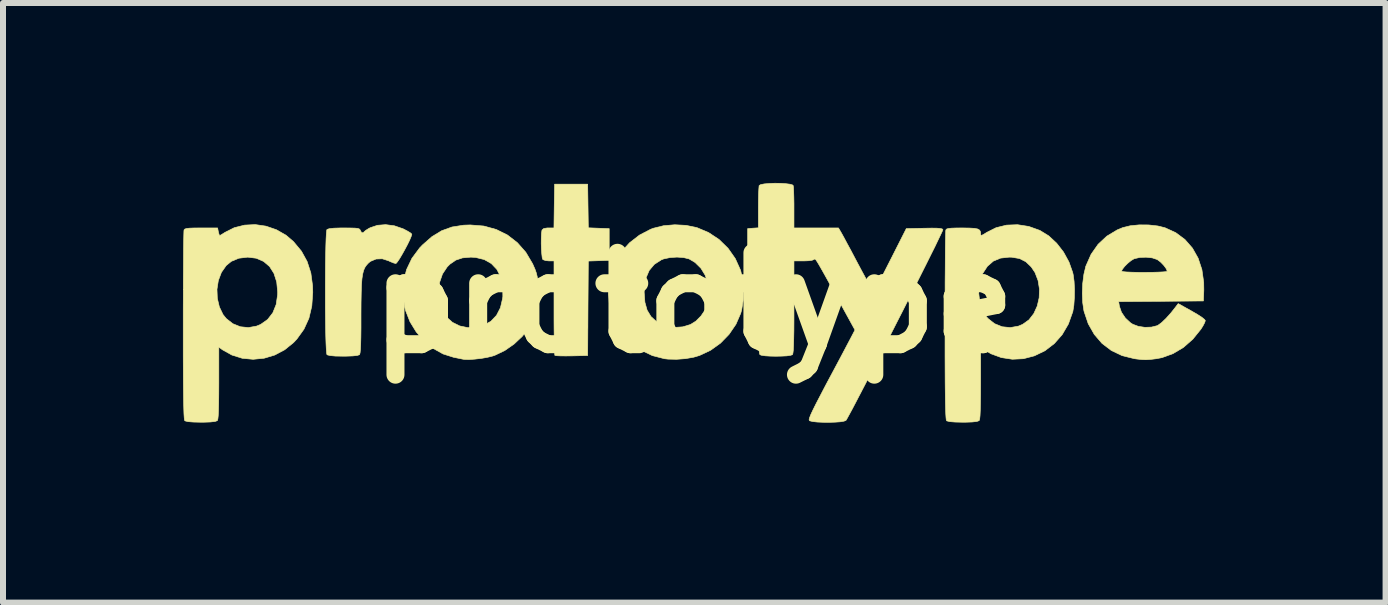
<source format=kicad_pcb>
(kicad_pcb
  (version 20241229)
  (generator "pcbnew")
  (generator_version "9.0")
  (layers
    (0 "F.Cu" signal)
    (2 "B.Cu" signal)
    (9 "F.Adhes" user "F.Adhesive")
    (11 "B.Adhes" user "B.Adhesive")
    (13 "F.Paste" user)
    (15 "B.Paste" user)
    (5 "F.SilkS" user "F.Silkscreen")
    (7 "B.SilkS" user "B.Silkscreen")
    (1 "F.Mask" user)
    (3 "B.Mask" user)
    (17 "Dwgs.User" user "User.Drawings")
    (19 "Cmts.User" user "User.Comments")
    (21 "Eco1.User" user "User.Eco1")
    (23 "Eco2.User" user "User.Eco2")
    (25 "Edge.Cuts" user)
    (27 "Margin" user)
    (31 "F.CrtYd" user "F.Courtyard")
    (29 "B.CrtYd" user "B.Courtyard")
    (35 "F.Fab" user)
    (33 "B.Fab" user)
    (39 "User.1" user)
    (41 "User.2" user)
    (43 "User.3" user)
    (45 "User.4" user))
  (footprint "prototype"
    (layer "F.Cu")
    (at 8.514 1.999)
    (property "Reference" "prototype" (at 0 0 0) (layer "F.SilkS") (effects (font (size 1.524 1.524) (thickness 0.3))))
    (attr through_hole)
    (fp_poly (pts (xy -1.756 -1.251) (xy -1.582 -1.244) (xy -1.408 -1.238) (xy -1.408 -0.709) (xy -1.582 -0.703) (xy -1.756 -0.697) (xy -1.762 0.091) (xy -1.767 0.878) (xy -2.033 0.884) (xy -2.135 0.885) (xy -2.222 0.884) (xy -2.284 0.881) (xy -2.313 0.876) (xy -2.314 0.875) (xy -2.317 0.852) (xy -2.32 0.79) (xy -2.323 0.696) (xy -2.325 0.574) (xy -2.327 0.429) (xy -2.328 0.265) (xy -2.328 0.088) (xy -2.328 0.081) (xy -2.328 -0.699) (xy -2.409 -0.699) (xy -2.468 -0.705) (xy -2.51 -0.72) (xy -2.515 -0.724) (xy -2.525 -0.754) (xy -2.532 -0.816) (xy -2.538 -0.897) (xy -2.541 -0.988) (xy -2.54 -1.078) (xy -2.537 -1.154) (xy -2.53 -1.206) (xy -2.527 -1.215) (xy -2.5 -1.239) (xy -2.44 -1.249) (xy -2.422 -1.249) (xy -2.329 -1.249) (xy -2.324 -1.614) (xy -2.318 -1.979) (xy -1.767 -1.979) (xy -1.756 -1.251)) (stroke (width 0.01) (type solid)) (fill yes) (layer "F.SilkS"))
    (fp_poly (pts (xy -0.126 -1.292) (xy 0.051 -1.255) (xy 0.055 -1.254) (xy 0.249 -1.172) (xy 0.424 -1.056) (xy 0.574 -0.909) (xy 0.694 -0.738) (xy 0.781 -0.546) (xy 0.786 -0.529) (xy 0.818 -0.383) (xy 0.832 -0.215) (xy 0.826 -0.044) (xy 0.801 0.114) (xy 0.785 0.173) (xy 0.705 0.357) (xy 0.59 0.525) (xy 0.447 0.672) (xy 0.281 0.791) (xy 0.098 0.877) (xy 0 0.906) (xy -0.136 0.93) (xy -0.285 0.941) (xy -0.426 0.938) (xy -0.488 0.931) (xy -0.689 0.879) (xy -0.875 0.79) (xy -1.042 0.668) (xy -1.184 0.518) (xy -1.297 0.344) (xy -1.376 0.151) (xy -1.387 0.113) (xy -1.407 -0.002) (xy -1.416 -0.139) (xy -1.416 -0.173) (xy -0.825 -0.173) (xy -0.813 -0.01) (xy -0.776 0.122) (xy -0.711 0.229) (xy -0.615 0.316) (xy -0.579 0.341) (xy -0.461 0.391) (xy -0.325 0.41) (xy -0.183 0.4) (xy -0.053 0.361) (xy 0.038 0.304) (xy 0.123 0.218) (xy 0.191 0.117) (xy 0.204 0.089) (xy 0.23 -0.005) (xy 0.242 -0.124) (xy 0.238 -0.251) (xy 0.221 -0.371) (xy 0.192 -0.461) (xy 0.121 -0.577) (xy 0.024 -0.673) (xy -0.077 -0.733) (xy -0.167 -0.755) (xy -0.278 -0.763) (xy -0.395 -0.755) (xy -0.499 -0.733) (xy -0.54 -0.717) (xy -0.656 -0.642) (xy -0.741 -0.541) (xy -0.797 -0.41) (xy -0.823 -0.25) (xy -0.825 -0.173) (xy -1.416 -0.173) (xy -1.415 -0.281) (xy -1.402 -0.411) (xy -1.388 -0.482) (xy -1.316 -0.673) (xy -1.208 -0.848) (xy -1.068 -1.002) (xy -0.903 -1.13) (xy -0.717 -1.227) (xy -0.671 -1.244) (xy -0.502 -1.286) (xy -0.315 -1.302) (xy -0.126 -1.292)) (stroke (width 0.01) (type solid)) (fill yes) (layer "F.SilkS"))
    (fp_poly (pts (xy -3.5 -1.281) (xy -3.292 -1.224) (xy -3.104 -1.131) (xy -2.939 -1.003) (xy -2.798 -0.843) (xy -2.685 -0.652) (xy -2.645 -0.561) (xy -2.623 -0.498) (xy -2.608 -0.436) (xy -2.6 -0.365) (xy -2.596 -0.272) (xy -2.595 -0.18) (xy -2.601 -0.021) (xy -2.618 0.11) (xy -2.652 0.226) (xy -2.705 0.34) (xy -2.747 0.413) (xy -2.855 0.556) (xy -2.993 0.686) (xy -3.149 0.795) (xy -3.312 0.873) (xy -3.353 0.887) (xy -3.438 0.908) (xy -3.541 0.926) (xy -3.647 0.938) (xy -3.745 0.945) (xy -3.82 0.943) (xy -3.842 0.94) (xy -3.886 0.931) (xy -3.954 0.917) (xy -4 0.908) (xy -4.177 0.852) (xy -4.344 0.759) (xy -4.495 0.635) (xy -4.625 0.485) (xy -4.729 0.315) (xy -4.802 0.13) (xy -4.815 0.08) (xy -4.847 -0.14) (xy -4.845 -0.191) (xy -4.253 -0.191) (xy -4.239 -0.034) (xy -4.193 0.118) (xy -4.191 0.122) (xy -4.12 0.237) (xy -4.021 0.325) (xy -3.9 0.385) (xy -3.765 0.413) (xy -3.622 0.408) (xy -3.503 0.376) (xy -3.382 0.308) (xy -3.287 0.209) (xy -3.221 0.081) (xy -3.185 -0.074) (xy -3.181 -0.105) (xy -3.183 -0.279) (xy -3.216 -0.431) (xy -3.28 -0.557) (xy -3.373 -0.655) (xy -3.491 -0.722) (xy -3.634 -0.757) (xy -3.714 -0.762) (xy -3.853 -0.75) (xy -3.965 -0.713) (xy -4.062 -0.646) (xy -4.109 -0.599) (xy -4.187 -0.482) (xy -4.235 -0.344) (xy -4.253 -0.191) (xy -4.845 -0.191) (xy -4.837 -0.351) (xy -4.787 -0.553) (xy -4.697 -0.742) (xy -4.568 -0.916) (xy -4.521 -0.965) (xy -4.364 -1.103) (xy -4.202 -1.202) (xy -4.028 -1.265) (xy -3.835 -1.295) (xy -3.725 -1.299) (xy -3.5 -1.281)) (stroke (width 0.01) (type solid)) (fill yes) (layer "F.SilkS"))
    (fp_poly (pts (xy -4.99 -1.285) (xy -4.848 -1.236) (xy -4.842 -1.234) (xy -4.773 -1.198) (xy -4.722 -1.167) (xy -4.699 -1.146) (xy -4.699 -1.144) (xy -4.709 -1.108) (xy -4.734 -1.048) (xy -4.771 -0.972) (xy -4.815 -0.889) (xy -4.861 -0.807) (xy -4.903 -0.736) (xy -4.939 -0.683) (xy -4.962 -0.657) (xy -4.965 -0.656) (xy -5.002 -0.665) (xy -5.059 -0.688) (xy -5.085 -0.701) (xy -5.191 -0.735) (xy -5.295 -0.731) (xy -5.388 -0.692) (xy -5.421 -0.665) (xy -5.454 -0.629) (xy -5.481 -0.59) (xy -5.502 -0.542) (xy -5.518 -0.48) (xy -5.53 -0.401) (xy -5.538 -0.298) (xy -5.542 -0.168) (xy -5.545 -0.006) (xy -5.546 0.193) (xy -5.546 0.222) (xy -5.546 0.416) (xy -5.548 0.572) (xy -5.551 0.69) (xy -5.555 0.776) (xy -5.561 0.832) (xy -5.569 0.86) (xy -5.571 0.864) (xy -5.608 0.877) (xy -5.685 0.885) (xy -5.804 0.889) (xy -5.842 0.889) (xy -5.972 0.887) (xy -6.06 0.879) (xy -6.107 0.867) (xy -6.113 0.864) (xy -6.119 0.837) (xy -6.124 0.773) (xy -6.129 0.676) (xy -6.133 0.553) (xy -6.136 0.407) (xy -6.138 0.244) (xy -6.14 0.07) (xy -6.14 -0.112) (xy -6.14 -0.295) (xy -6.139 -0.476) (xy -6.138 -0.648) (xy -6.135 -0.806) (xy -6.132 -0.947) (xy -6.128 -1.064) (xy -6.123 -1.152) (xy -6.118 -1.207) (xy -6.113 -1.223) (xy -6.077 -1.236) (xy -6 -1.245) (xy -5.881 -1.249) (xy -5.829 -1.249) (xy -5.72 -1.248) (xy -5.646 -1.246) (xy -5.599 -1.241) (xy -5.574 -1.232) (xy -5.561 -1.218) (xy -5.556 -1.206) (xy -5.534 -1.169) (xy -5.506 -1.17) (xy -5.493 -1.186) (xy -5.467 -1.208) (xy -5.418 -1.239) (xy -5.391 -1.253) (xy -5.272 -1.293) (xy -5.135 -1.304) (xy -4.99 -1.285)) (stroke (width 0.01) (type solid)) (fill yes) (layer "F.SilkS"))
    (fp_poly (pts (xy 7.585 -1.299) (xy 7.737 -1.282) (xy 7.858 -1.252) (xy 8.037 -1.17) (xy 8.19 -1.056) (xy 8.315 -0.913) (xy 8.41 -0.745) (xy 8.473 -0.554) (xy 8.503 -0.342) (xy 8.505 -0.215) (xy 8.498 -0.032) (xy 7.792 -0.026) (xy 7.085 -0.021) (xy 7.098 0.058) (xy 7.132 0.157) (xy 7.197 0.253) (xy 7.283 0.333) (xy 7.321 0.357) (xy 7.414 0.392) (xy 7.523 0.408) (xy 7.633 0.404) (xy 7.725 0.381) (xy 7.739 0.375) (xy 7.798 0.332) (xy 7.874 0.26) (xy 7.959 0.165) (xy 8.024 0.083) (xy 8.078 0.012) (xy 8.304 0.138) (xy 8.4 0.194) (xy 8.474 0.242) (xy 8.518 0.278) (xy 8.53 0.296) (xy 8.519 0.33) (xy 8.49 0.385) (xy 8.457 0.438) (xy 8.322 0.605) (xy 8.165 0.743) (xy 7.992 0.846) (xy 7.808 0.913) (xy 7.715 0.931) (xy 7.616 0.943) (xy 7.539 0.948) (xy 7.466 0.945) (xy 7.378 0.935) (xy 7.345 0.93) (xy 7.143 0.88) (xy 6.963 0.794) (xy 6.808 0.676) (xy 6.679 0.526) (xy 6.578 0.348) (xy 6.509 0.143) (xy 6.506 0.132) (xy 6.486 -0.003) (xy 6.479 -0.16) (xy 6.486 -0.324) (xy 6.506 -0.479) (xy 6.518 -0.528) (xy 7.133 -0.528) (xy 7.154 -0.521) (xy 7.212 -0.515) (xy 7.304 -0.511) (xy 7.426 -0.508) (xy 7.514 -0.508) (xy 7.636 -0.509) (xy 7.741 -0.512) (xy 7.824 -0.516) (xy 7.878 -0.521) (xy 7.895 -0.526) (xy 7.88 -0.567) (xy 7.841 -0.621) (xy 7.79 -0.675) (xy 7.737 -0.716) (xy 7.726 -0.723) (xy 7.645 -0.75) (xy 7.542 -0.761) (xy 7.436 -0.757) (xy 7.345 -0.736) (xy 7.339 -0.733) (xy 7.29 -0.704) (xy 7.235 -0.658) (xy 7.183 -0.606) (xy 7.146 -0.558) (xy 7.133 -0.528) (xy 6.518 -0.528) (xy 6.537 -0.609) (xy 6.539 -0.614) (xy 6.626 -0.81) (xy 6.743 -0.977) (xy 6.888 -1.112) (xy 7.061 -1.216) (xy 7.152 -1.254) (xy 7.277 -1.285) (xy 7.427 -1.3) (xy 7.585 -1.299)) (stroke (width 0.01) (type solid)) (fill yes) (layer "F.SilkS"))
    (fp_poly (pts (xy -7.13 -1.279) (xy -6.956 -1.219) (xy -6.796 -1.128) (xy -6.671 -1.021) (xy -6.539 -0.862) (xy -6.444 -0.69) (xy -6.382 -0.499) (xy -6.353 -0.284) (xy -6.35 -0.176) (xy -6.366 0.053) (xy -6.414 0.257) (xy -6.497 0.439) (xy -6.614 0.602) (xy -6.669 0.661) (xy -6.818 0.782) (xy -6.984 0.87) (xy -7.161 0.923) (xy -7.344 0.941) (xy -7.525 0.924) (xy -7.698 0.87) (xy -7.854 0.783) (xy -7.916 0.738) (xy -7.916 1.338) (xy -7.917 1.53) (xy -7.919 1.683) (xy -7.922 1.8) (xy -7.926 1.883) (xy -7.932 1.936) (xy -7.94 1.962) (xy -7.942 1.964) (xy -7.978 1.977) (xy -8.056 1.986) (xy -8.175 1.99) (xy -8.213 1.99) (xy -8.342 1.987) (xy -8.431 1.98) (xy -8.478 1.968) (xy -8.484 1.964) (xy -8.489 1.949) (xy -8.493 1.912) (xy -8.497 1.853) (xy -8.5 1.767) (xy -8.503 1.654) (xy -8.505 1.51) (xy -8.507 1.335) (xy -8.508 1.125) (xy -8.509 0.879) (xy -8.509 0.594) (xy -8.509 0.378) (xy -8.509 0.125) (xy -8.508 -0.117) (xy -8.508 -0.226) (xy -7.947 -0.226) (xy -7.941 -0.075) (xy -7.907 0.068) (xy -7.846 0.195) (xy -7.793 0.261) (xy -7.684 0.347) (xy -7.558 0.398) (xy -7.423 0.412) (xy -7.288 0.388) (xy -7.218 0.359) (xy -7.102 0.277) (xy -7.016 0.166) (xy -6.96 0.028) (xy -6.936 -0.136) (xy -6.935 -0.18) (xy -6.951 -0.348) (xy -6.997 -0.491) (xy -7.07 -0.606) (xy -7.17 -0.691) (xy -7.292 -0.744) (xy -7.434 -0.762) (xy -7.583 -0.744) (xy -7.708 -0.692) (xy -7.793 -0.622) (xy -7.873 -0.508) (xy -7.924 -0.373) (xy -7.947 -0.226) (xy -8.508 -0.226) (xy -8.508 -0.344) (xy -8.506 -0.552) (xy -8.505 -0.738) (xy -8.504 -0.898) (xy -8.502 -1.029) (xy -8.5 -1.128) (xy -8.498 -1.191) (xy -8.496 -1.215) (xy -8.485 -1.229) (xy -8.458 -1.239) (xy -8.411 -1.245) (xy -8.335 -1.248) (xy -8.224 -1.249) (xy -8.21 -1.249) (xy -7.936 -1.249) (xy -7.924 -1.185) (xy -7.912 -1.141) (xy -7.903 -1.122) (xy -7.903 -1.122) (xy -7.882 -1.132) (xy -7.838 -1.159) (xy -7.815 -1.174) (xy -7.658 -1.253) (xy -7.487 -1.296) (xy -7.309 -1.305) (xy -7.13 -1.279)) (stroke (width 0.01) (type solid)) (fill yes) (layer "F.SilkS"))
    (fp_poly (pts (xy 5.587 -1.274) (xy 5.771 -1.208) (xy 5.773 -1.207) (xy 5.918 -1.118) (xy 6.051 -0.995) (xy 6.166 -0.847) (xy 6.257 -0.681) (xy 6.319 -0.506) (xy 6.327 -0.47) (xy 6.342 -0.36) (xy 6.349 -0.228) (xy 6.347 -0.089) (xy 6.338 0.041) (xy 6.321 0.146) (xy 6.318 0.154) (xy 6.247 0.353) (xy 6.144 0.529) (xy 6.013 0.678) (xy 5.857 0.798) (xy 5.681 0.883) (xy 5.498 0.931) (xy 5.313 0.94) (xy 5.129 0.912) (xy 4.957 0.849) (xy 4.846 0.783) (xy 4.784 0.738) (xy 4.784 1.338) (xy 4.783 1.53) (xy 4.781 1.683) (xy 4.778 1.8) (xy 4.774 1.883) (xy 4.768 1.936) (xy 4.76 1.962) (xy 4.758 1.964) (xy 4.722 1.977) (xy 4.644 1.986) (xy 4.525 1.99) (xy 4.487 1.99) (xy 4.358 1.987) (xy 4.269 1.98) (xy 4.222 1.968) (xy 4.216 1.964) (xy 4.211 1.949) (xy 4.207 1.912) (xy 4.203 1.853) (xy 4.2 1.767) (xy 4.197 1.654) (xy 4.195 1.51) (xy 4.193 1.335) (xy 4.192 1.125) (xy 4.191 0.879) (xy 4.191 0.594) (xy 4.191 0.378) (xy 4.191 0.125) (xy 4.192 -0.117) (xy 4.192 -0.175) (xy 4.751 -0.175) (xy 4.768 -0.027) (xy 4.811 0.111) (xy 4.878 0.228) (xy 4.907 0.261) (xy 5.016 0.347) (xy 5.142 0.398) (xy 5.278 0.412) (xy 5.414 0.388) (xy 5.485 0.358) (xy 5.59 0.283) (xy 5.671 0.178) (xy 5.728 0.053) (xy 5.76 -0.085) (xy 5.765 -0.229) (xy 5.742 -0.372) (xy 5.691 -0.505) (xy 5.628 -0.599) (xy 5.537 -0.686) (xy 5.432 -0.739) (xy 5.304 -0.761) (xy 5.26 -0.762) (xy 5.116 -0.746) (xy 4.996 -0.696) (xy 4.897 -0.61) (xy 4.817 -0.487) (xy 4.802 -0.455) (xy 4.762 -0.321) (xy 4.751 -0.175) (xy 4.192 -0.175) (xy 4.192 -0.344) (xy 4.194 -0.552) (xy 4.195 -0.738) (xy 4.196 -0.898) (xy 4.198 -1.029) (xy 4.2 -1.128) (xy 4.202 -1.191) (xy 4.204 -1.215) (xy 4.216 -1.23) (xy 4.243 -1.239) (xy 4.292 -1.245) (xy 4.37 -1.248) (xy 4.475 -1.249) (xy 4.596 -1.247) (xy 4.682 -1.242) (xy 4.737 -1.231) (xy 4.768 -1.212) (xy 4.782 -1.183) (xy 4.784 -1.16) (xy 4.786 -1.132) (xy 4.8 -1.125) (xy 4.833 -1.141) (xy 4.885 -1.174) (xy 5.042 -1.253) (xy 5.216 -1.296) (xy 5.399 -1.303) (xy 5.587 -1.274)) (stroke (width 0.01) (type solid)) (fill yes) (layer "F.SilkS"))
    (fp_poly (pts (xy 1.447 -1.993) (xy 1.535 -1.987) (xy 1.606 -1.978) (xy 1.65 -1.965) (xy 1.659 -1.956) (xy 1.664 -1.924) (xy 1.667 -1.858) (xy 1.67 -1.766) (xy 1.672 -1.655) (xy 1.672 -1.586) (xy 1.672 -1.249) (xy 2.414 -1.249) (xy 2.45 -1.188) (xy 2.47 -1.153) (xy 2.507 -1.086) (xy 2.556 -0.994) (xy 2.617 -0.882) (xy 2.684 -0.755) (xy 2.74 -0.649) (xy 2.809 -0.52) (xy 2.871 -0.406) (xy 2.925 -0.31) (xy 2.967 -0.237) (xy 2.995 -0.193) (xy 3.005 -0.182) (xy 3.017 -0.203) (xy 3.046 -0.257) (xy 3.088 -0.339) (xy 3.142 -0.444) (xy 3.205 -0.567) (xy 3.274 -0.703) (xy 3.281 -0.716) (xy 3.545 -1.238) (xy 3.845 -1.244) (xy 3.968 -1.246) (xy 4.054 -1.245) (xy 4.11 -1.24) (xy 4.142 -1.233) (xy 4.155 -1.221) (xy 4.155 -1.221) (xy 4.147 -1.199) (xy 4.121 -1.143) (xy 4.079 -1.056) (xy 4.024 -0.941) (xy 3.955 -0.803) (xy 3.876 -0.644) (xy 3.787 -0.467) (xy 3.692 -0.277) (xy 3.59 -0.076) (xy 3.485 0.133) (xy 3.377 0.344) (xy 3.269 0.557) (xy 3.163 0.766) (xy 3.059 0.969) (xy 2.959 1.162) (xy 2.867 1.343) (xy 2.782 1.506) (xy 2.707 1.65) (xy 2.644 1.77) (xy 2.593 1.864) (xy 2.558 1.928) (xy 2.54 1.958) (xy 2.539 1.959) (xy 2.507 1.972) (xy 2.443 1.983) (xy 2.356 1.989) (xy 2.257 1.992) (xy 2.156 1.991) (xy 2.062 1.987) (xy 1.987 1.979) (xy 1.938 1.967) (xy 1.928 1.961) (xy 1.925 1.944) (xy 1.933 1.913) (xy 1.953 1.862) (xy 1.987 1.789) (xy 2.036 1.69) (xy 2.102 1.563) (xy 2.186 1.402) (xy 2.218 1.341) (xy 2.3 1.188) (xy 2.379 1.04) (xy 2.452 0.903) (xy 2.516 0.782) (xy 2.567 0.685) (xy 2.603 0.617) (xy 2.611 0.602) (xy 2.689 0.452) (xy 2.411 -0.054) (xy 2.313 -0.233) (xy 2.234 -0.378) (xy 2.17 -0.493) (xy 2.121 -0.58) (xy 2.084 -0.644) (xy 2.057 -0.688) (xy 2.039 -0.715) (xy 2.026 -0.728) (xy 2.017 -0.731) (xy 2.011 -0.728) (xy 2.004 -0.722) (xy 1.973 -0.71) (xy 1.912 -0.702) (xy 1.834 -0.699) (xy 1.827 -0.699) (xy 1.672 -0.699) (xy 1.672 0.07) (xy 1.672 0.287) (xy 1.671 0.465) (xy 1.668 0.606) (xy 1.665 0.713) (xy 1.661 0.79) (xy 1.655 0.838) (xy 1.648 0.862) (xy 1.647 0.864) (xy 1.614 0.875) (xy 1.55 0.884) (xy 1.465 0.888) (xy 1.37 0.89) (xy 1.276 0.888) (xy 1.193 0.883) (xy 1.132 0.874) (xy 1.105 0.864) (xy 1.098 0.844) (xy 1.092 0.801) (xy 1.087 0.729) (xy 1.084 0.628) (xy 1.081 0.493) (xy 1.08 0.322) (xy 1.08 0.112) (xy 1.079 0.071) (xy 1.079 -0.696) (xy 0.99 -0.703) (xy 0.9 -0.709) (xy 0.9 -1.238) (xy 0.99 -1.245) (xy 1.079 -1.251) (xy 1.079 -1.587) (xy 1.08 -1.704) (xy 1.082 -1.808) (xy 1.086 -1.89) (xy 1.09 -1.942) (xy 1.092 -1.956) (xy 1.119 -1.972) (xy 1.177 -1.983) (xy 1.258 -1.99) (xy 1.351 -1.994) (xy 1.447 -1.993)) (stroke (width 0.01) (type solid)) (fill yes) (layer "F.SilkS")))
  (gr_rect
    (start -3 -3)
    (end 20.049 6.996)
    (stroke (width 0.1) (type default))
    (fill no)
    (layer "Edge.Cuts")))
</source>
